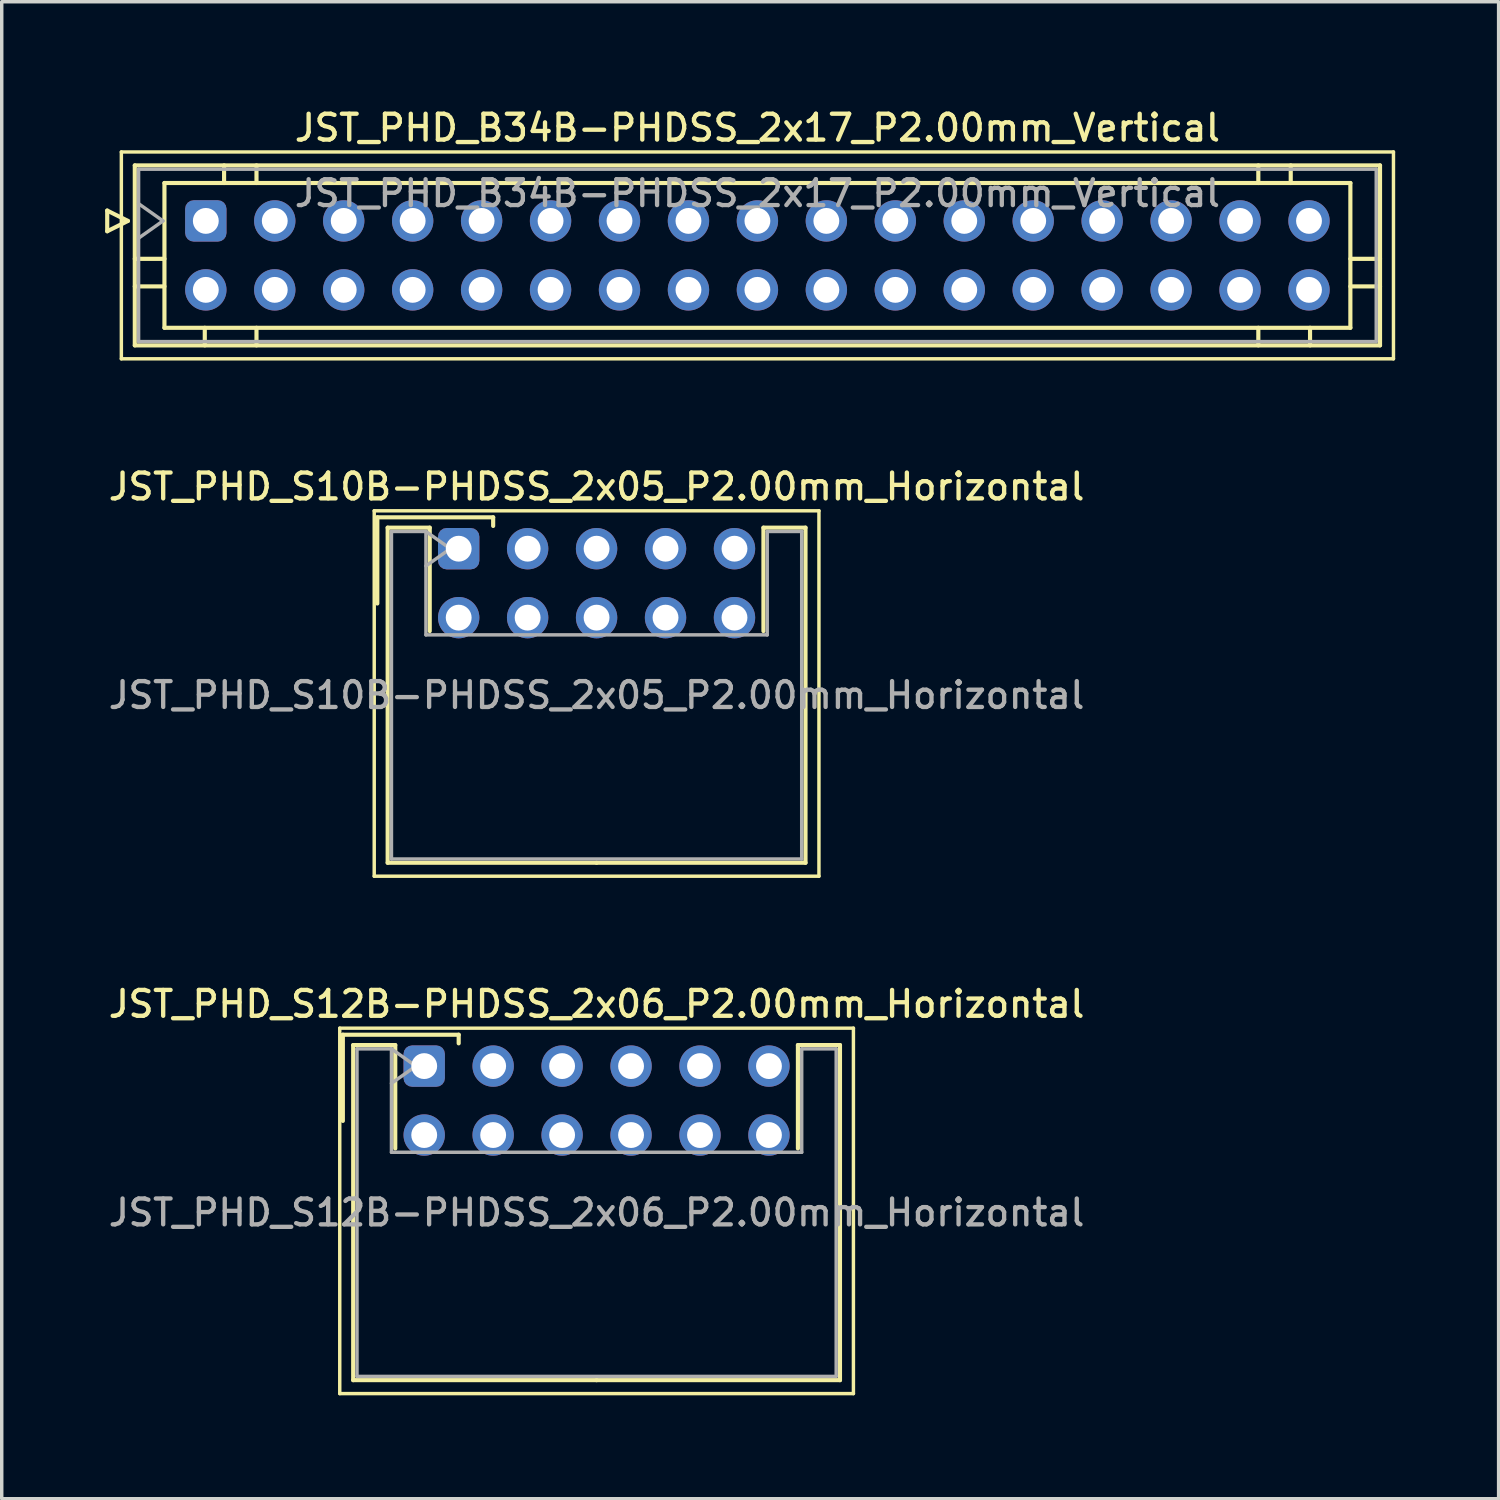
<source format=kicad_pcb>
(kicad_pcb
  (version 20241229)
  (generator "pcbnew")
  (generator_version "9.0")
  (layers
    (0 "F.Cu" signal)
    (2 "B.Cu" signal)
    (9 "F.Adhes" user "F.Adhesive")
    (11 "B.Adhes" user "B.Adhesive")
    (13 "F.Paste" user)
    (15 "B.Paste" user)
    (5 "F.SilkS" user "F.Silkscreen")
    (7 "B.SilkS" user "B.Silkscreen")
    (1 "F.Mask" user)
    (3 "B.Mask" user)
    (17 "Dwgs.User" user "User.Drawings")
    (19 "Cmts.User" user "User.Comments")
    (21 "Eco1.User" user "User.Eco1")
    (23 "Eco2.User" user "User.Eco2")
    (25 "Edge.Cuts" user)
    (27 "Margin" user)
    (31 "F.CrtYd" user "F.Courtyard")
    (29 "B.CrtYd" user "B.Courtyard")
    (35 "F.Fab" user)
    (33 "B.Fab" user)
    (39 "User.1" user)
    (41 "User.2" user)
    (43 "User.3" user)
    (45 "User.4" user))
  (footprint "JST_PHD_S10B-PHDSS_2x05_P2.00mm_Horizontal"
    (layer "F.Cu")
    (at 10.255 12.866)
    (property "Reference" "JST_PHD_S10B-PHDSS_2x05_P2.00mm_Horizontal" (at 4 -1.8 0) (layer "F.SilkS") (effects (font (size 0.75 0.75) (thickness 0.125))))
    (attr through_hole)
    (fp_line (start -2.45 -1.1) (end -2.45 9.5) (stroke (width 0.1) (type solid)) (layer "F.SilkS"))
    (fp_line (start -2.45 9.5) (end 10.45 9.5) (stroke (width 0.1) (type solid)) (layer "F.SilkS"))
    (fp_line (start -2.36 -0.91) (end -2.36 1.59) (stroke (width 0.12) (type solid)) (layer "F.SilkS"))
    (fp_line (start -2.06 -0.61) (end -2.06 9.11) (stroke (width 0.12) (type solid)) (layer "F.SilkS"))
    (fp_line (start -2.06 9.11) (end 4 9.11) (stroke (width 0.12) (type solid)) (layer "F.SilkS"))
    (fp_line (start -0.84 -0.61) (end -2.06 -0.61) (stroke (width 0.12) (type solid)) (layer "F.SilkS"))
    (fp_line (start -0.84 2.39) (end -0.84 -0.61) (stroke (width 0.12) (type solid)) (layer "F.SilkS"))
    (fp_line (start 1 -0.91) (end -2.36 -0.91) (stroke (width 0.12) (type solid)) (layer "F.SilkS"))
    (fp_line (start 1 -0.66) (end 1 -0.91) (stroke (width 0.12) (type solid)) (layer "F.SilkS"))
    (fp_line (start 8.84 -0.61) (end 10.06 -0.61) (stroke (width 0.12) (type solid)) (layer "F.SilkS"))
    (fp_line (start 8.84 2.39) (end 8.84 -0.61) (stroke (width 0.12) (type solid)) (layer "F.SilkS"))
    (fp_line (start 10.06 -0.61) (end 10.06 9.11) (stroke (width 0.12) (type solid)) (layer "F.SilkS"))
    (fp_line (start 10.06 9.11) (end 4 9.11) (stroke (width 0.12) (type solid)) (layer "F.SilkS"))
    (fp_line (start 10.45 -1.1) (end -2.45 -1.1) (stroke (width 0.1) (type solid)) (layer "F.SilkS"))
    (fp_line (start 10.45 9.5) (end 10.45 -1.1) (stroke (width 0.1) (type solid)) (layer "F.SilkS"))
    (fp_line (start -1.95 -0.5) (end -0.95 -0.5) (stroke (width 0.1) (type solid)) (layer "F.Fab"))
    (fp_line (start -1.95 9) (end -1.95 -0.5) (stroke (width 0.1) (type solid)) (layer "F.Fab"))
    (fp_line (start -0.95 -0.5) (end -0.95 2.5) (stroke (width 0.1) (type solid)) (layer "F.Fab"))
    (fp_line (start -0.95 -0.5) (end -0.243 0) (stroke (width 0.1) (type solid)) (layer "F.Fab"))
    (fp_line (start -0.95 2.5) (end 8.95 2.5) (stroke (width 0.1) (type solid)) (layer "F.Fab"))
    (fp_line (start -0.243 0) (end -0.95 0.5) (stroke (width 0.1) (type solid)) (layer "F.Fab"))
    (fp_line (start 8.95 -0.5) (end 9.95 -0.5) (stroke (width 0.1) (type solid)) (layer "F.Fab"))
    (fp_line (start 8.95 2.5) (end 8.95 -0.5) (stroke (width 0.1) (type solid)) (layer "F.Fab"))
    (fp_line (start 9.95 -0.5) (end 9.95 9) (stroke (width 0.1) (type solid)) (layer "F.Fab"))
    (fp_line (start 9.95 9) (end -1.95 9) (stroke (width 0.1) (type solid)) (layer "F.Fab"))
    (fp_text user "${REFERENCE}" (at 4 4.25 0) (layer "F.Fab") (effects (font (size 0.75 0.75) (thickness 0.125))))
    (pad "1" thru_hole roundrect (at 0 0) (size 1.2 1.2) (drill 0.75) (layers "*.Cu" "*.Mask") (roundrect_rratio 0.208))
    (pad "2" thru_hole circle (at 0 2) (size 1.2 1.2) (drill 0.75) (layers "*.Cu" "*.Mask"))
    (pad "3" thru_hole circle (at 2 0) (size 1.2 1.2) (drill 0.75) (layers "*.Cu" "*.Mask"))
    (pad "4" thru_hole circle (at 2 2) (size 1.2 1.2) (drill 0.75) (layers "*.Cu" "*.Mask"))
    (pad "5" thru_hole circle (at 4 0) (size 1.2 1.2) (drill 0.75) (layers "*.Cu" "*.Mask"))
    (pad "6" thru_hole circle (at 4 2) (size 1.2 1.2) (drill 0.75) (layers "*.Cu" "*.Mask"))
    (pad "7" thru_hole circle (at 6 0) (size 1.2 1.2) (drill 0.75) (layers "*.Cu" "*.Mask"))
    (pad "8" thru_hole circle (at 6 2) (size 1.2 1.2) (drill 0.75) (layers "*.Cu" "*.Mask"))
    (pad "9" thru_hole circle (at 8 0) (size 1.2 1.2) (drill 0.75) (layers "*.Cu" "*.Mask"))
    (pad "10" thru_hole circle (at 8 2) (size 1.2 1.2) (drill 0.75) (layers "*.Cu" "*.Mask")))
  (footprint "JST_PHD_S12B-PHDSS_2x06_P2.00mm_Horizontal"
    (layer "F.Cu")
    (at 9.255 27.874)
    (property "Reference" "JST_PHD_S12B-PHDSS_2x06_P2.00mm_Horizontal" (at 5 -1.8 0) (layer "F.SilkS") (effects (font (size 0.75 0.75) (thickness 0.125))))
    (attr through_hole)
    (fp_line (start -2.45 -1.1) (end -2.45 9.5) (stroke (width 0.1) (type solid)) (layer "F.SilkS"))
    (fp_line (start -2.45 9.5) (end 12.45 9.5) (stroke (width 0.1) (type solid)) (layer "F.SilkS"))
    (fp_line (start -2.36 -0.91) (end -2.36 1.59) (stroke (width 0.12) (type solid)) (layer "F.SilkS"))
    (fp_line (start -2.06 -0.61) (end -2.06 9.11) (stroke (width 0.12) (type solid)) (layer "F.SilkS"))
    (fp_line (start -2.06 9.11) (end 5 9.11) (stroke (width 0.12) (type solid)) (layer "F.SilkS"))
    (fp_line (start -0.84 -0.61) (end -2.06 -0.61) (stroke (width 0.12) (type solid)) (layer "F.SilkS"))
    (fp_line (start -0.84 2.39) (end -0.84 -0.61) (stroke (width 0.12) (type solid)) (layer "F.SilkS"))
    (fp_line (start 1 -0.91) (end -2.36 -0.91) (stroke (width 0.12) (type solid)) (layer "F.SilkS"))
    (fp_line (start 1 -0.66) (end 1 -0.91) (stroke (width 0.12) (type solid)) (layer "F.SilkS"))
    (fp_line (start 10.84 -0.61) (end 12.06 -0.61) (stroke (width 0.12) (type solid)) (layer "F.SilkS"))
    (fp_line (start 10.84 2.39) (end 10.84 -0.61) (stroke (width 0.12) (type solid)) (layer "F.SilkS"))
    (fp_line (start 12.06 -0.61) (end 12.06 9.11) (stroke (width 0.12) (type solid)) (layer "F.SilkS"))
    (fp_line (start 12.06 9.11) (end 5 9.11) (stroke (width 0.12) (type solid)) (layer "F.SilkS"))
    (fp_line (start 12.45 -1.1) (end -2.45 -1.1) (stroke (width 0.1) (type solid)) (layer "F.SilkS"))
    (fp_line (start 12.45 9.5) (end 12.45 -1.1) (stroke (width 0.1) (type solid)) (layer "F.SilkS"))
    (fp_line (start -1.95 -0.5) (end -0.95 -0.5) (stroke (width 0.1) (type solid)) (layer "F.Fab"))
    (fp_line (start -1.95 9) (end -1.95 -0.5) (stroke (width 0.1) (type solid)) (layer "F.Fab"))
    (fp_line (start -0.95 -0.5) (end -0.95 2.5) (stroke (width 0.1) (type solid)) (layer "F.Fab"))
    (fp_line (start -0.95 -0.5) (end -0.243 0) (stroke (width 0.1) (type solid)) (layer "F.Fab"))
    (fp_line (start -0.95 2.5) (end 10.95 2.5) (stroke (width 0.1) (type solid)) (layer "F.Fab"))
    (fp_line (start -0.243 0) (end -0.95 0.5) (stroke (width 0.1) (type solid)) (layer "F.Fab"))
    (fp_line (start 10.95 -0.5) (end 11.95 -0.5) (stroke (width 0.1) (type solid)) (layer "F.Fab"))
    (fp_line (start 10.95 2.5) (end 10.95 -0.5) (stroke (width 0.1) (type solid)) (layer "F.Fab"))
    (fp_line (start 11.95 -0.5) (end 11.95 9) (stroke (width 0.1) (type solid)) (layer "F.Fab"))
    (fp_line (start 11.95 9) (end -1.95 9) (stroke (width 0.1) (type solid)) (layer "F.Fab"))
    (fp_text user "${REFERENCE}" (at 5 4.25 0) (layer "F.Fab") (effects (font (size 0.75 0.75) (thickness 0.125))))
    (pad "1" thru_hole roundrect (at 0 0) (size 1.2 1.2) (drill 0.75) (layers "*.Cu" "*.Mask") (roundrect_rratio 0.208))
    (pad "2" thru_hole circle (at 0 2) (size 1.2 1.2) (drill 0.75) (layers "*.Cu" "*.Mask"))
    (pad "3" thru_hole circle (at 2 0) (size 1.2 1.2) (drill 0.75) (layers "*.Cu" "*.Mask"))
    (pad "4" thru_hole circle (at 2 2) (size 1.2 1.2) (drill 0.75) (layers "*.Cu" "*.Mask"))
    (pad "5" thru_hole circle (at 4 0) (size 1.2 1.2) (drill 0.75) (layers "*.Cu" "*.Mask"))
    (pad "6" thru_hole circle (at 4 2) (size 1.2 1.2) (drill 0.75) (layers "*.Cu" "*.Mask"))
    (pad "7" thru_hole circle (at 6 0) (size 1.2 1.2) (drill 0.75) (layers "*.Cu" "*.Mask"))
    (pad "8" thru_hole circle (at 6 2) (size 1.2 1.2) (drill 0.75) (layers "*.Cu" "*.Mask"))
    (pad "9" thru_hole circle (at 8 0) (size 1.2 1.2) (drill 0.75) (layers "*.Cu" "*.Mask"))
    (pad "10" thru_hole circle (at 8 2) (size 1.2 1.2) (drill 0.75) (layers "*.Cu" "*.Mask"))
    (pad "11" thru_hole circle (at 10 0) (size 1.2 1.2) (drill 0.75) (layers "*.Cu" "*.Mask"))
    (pad "12" thru_hole circle (at 10 2) (size 1.2 1.2) (drill 0.75) (layers "*.Cu" "*.Mask")))
  (footprint "JST_PHD_B34B-PHDSS_2x17_P2.00mm_Vertical"
    (layer "F.Cu")
    (at 2.92 3.358)
    (property "Reference" "JST_PHD_B34B-PHDSS_2x17_P2.00mm_Vertical" (at 16 -2.7 0) (layer "F.SilkS") (effects (font (size 0.75 0.75) (thickness 0.125))))
    (attr through_hole)
    (fp_line (start -2.86 -0.3) (end -2.26 0) (stroke (width 0.12) (type solid)) (layer "F.SilkS"))
    (fp_line (start -2.86 0.3) (end -2.86 -0.3) (stroke (width 0.12) (type solid)) (layer "F.SilkS"))
    (fp_line (start -2.45 -2) (end -2.45 4) (stroke (width 0.1) (type solid)) (layer "F.SilkS"))
    (fp_line (start -2.45 4) (end 34.45 4) (stroke (width 0.1) (type solid)) (layer "F.SilkS"))
    (fp_line (start -2.26 0) (end -2.86 0.3) (stroke (width 0.12) (type solid)) (layer "F.SilkS"))
    (fp_line (start -2.06 -1.61) (end -2.06 3.61) (stroke (width 0.12) (type solid)) (layer "F.SilkS"))
    (fp_line (start -2.06 1.1) (end -1.2 1.1) (stroke (width 0.12) (type solid)) (layer "F.SilkS"))
    (fp_line (start -2.06 1.9) (end -1.2 1.9) (stroke (width 0.12) (type solid)) (layer "F.SilkS"))
    (fp_line (start -2.06 3.61) (end 34.06 3.61) (stroke (width 0.12) (type solid)) (layer "F.SilkS"))
    (fp_line (start -1.2 -1.1) (end -1.2 3.1) (stroke (width 0.12) (type solid)) (layer "F.SilkS"))
    (fp_line (start -1.2 3.1) (end 33.2 3.1) (stroke (width 0.12) (type solid)) (layer "F.SilkS"))
    (fp_line (start -0.03 3.61) (end -0.03 3.1) (stroke (width 0.12) (type solid)) (layer "F.SilkS"))
    (fp_line (start 0.53 -1.61) (end 0.53 -1.1) (stroke (width 0.12) (type solid)) (layer "F.SilkS"))
    (fp_line (start 1.47 -1.61) (end 1.47 -1.1) (stroke (width 0.12) (type solid)) (layer "F.SilkS"))
    (fp_line (start 1.47 3.61) (end 1.47 3.1) (stroke (width 0.12) (type solid)) (layer "F.SilkS"))
    (fp_line (start 30.53 -1.61) (end 30.53 -1.1) (stroke (width 0.12) (type solid)) (layer "F.SilkS"))
    (fp_line (start 30.53 3.61) (end 30.53 3.1) (stroke (width 0.12) (type solid)) (layer "F.SilkS"))
    (fp_line (start 31.47 -1.61) (end 31.47 -1.1) (stroke (width 0.12) (type solid)) (layer "F.SilkS"))
    (fp_line (start 32.03 3.61) (end 32.03 3.1) (stroke (width 0.12) (type solid)) (layer "F.SilkS"))
    (fp_line (start 33.2 -1.1) (end -1.2 -1.1) (stroke (width 0.12) (type solid)) (layer "F.SilkS"))
    (fp_line (start 33.2 3.1) (end 33.2 -1.1) (stroke (width 0.12) (type solid)) (layer "F.SilkS"))
    (fp_line (start 34.06 -1.61) (end -2.06 -1.61) (stroke (width 0.12) (type solid)) (layer "F.SilkS"))
    (fp_line (start 34.06 1.1) (end 33.2 1.1) (stroke (width 0.12) (type solid)) (layer "F.SilkS"))
    (fp_line (start 34.06 1.9) (end 33.2 1.9) (stroke (width 0.12) (type solid)) (layer "F.SilkS"))
    (fp_line (start 34.06 3.61) (end 34.06 -1.61) (stroke (width 0.12) (type solid)) (layer "F.SilkS"))
    (fp_line (start 34.45 -2) (end -2.45 -2) (stroke (width 0.1) (type solid)) (layer "F.SilkS"))
    (fp_line (start 34.45 4) (end 34.45 -2) (stroke (width 0.1) (type solid)) (layer "F.SilkS"))
    (fp_line (start -1.95 -1.5) (end -1.95 3.5) (stroke (width 0.1) (type solid)) (layer "F.Fab"))
    (fp_line (start -1.95 0.5) (end -1.243 0) (stroke (width 0.1) (type solid)) (layer "F.Fab"))
    (fp_line (start -1.95 3.5) (end 33.95 3.5) (stroke (width 0.1) (type solid)) (layer "F.Fab"))
    (fp_line (start -1.243 0) (end -1.95 -0.5) (stroke (width 0.1) (type solid)) (layer "F.Fab"))
    (fp_line (start 33.95 -1.5) (end -1.95 -1.5) (stroke (width 0.1) (type solid)) (layer "F.Fab"))
    (fp_line (start 33.95 3.5) (end 33.95 -1.5) (stroke (width 0.1) (type solid)) (layer "F.Fab"))
    (fp_text user "${REFERENCE}" (at 16 -0.8 0) (layer "F.Fab") (effects (font (size 0.75 0.75) (thickness 0.125))))
    (pad "1" thru_hole roundrect (at 0 0) (size 1.2 1.2) (drill 0.75) (layers "*.Cu" "*.Mask") (roundrect_rratio 0.208))
    (pad "2" thru_hole circle (at 0 2) (size 1.2 1.2) (drill 0.75) (layers "*.Cu" "*.Mask"))
    (pad "3" thru_hole circle (at 2 0) (size 1.2 1.2) (drill 0.75) (layers "*.Cu" "*.Mask"))
    (pad "4" thru_hole circle (at 2 2) (size 1.2 1.2) (drill 0.75) (layers "*.Cu" "*.Mask"))
    (pad "5" thru_hole circle (at 4 0) (size 1.2 1.2) (drill 0.75) (layers "*.Cu" "*.Mask"))
    (pad "6" thru_hole circle (at 4 2) (size 1.2 1.2) (drill 0.75) (layers "*.Cu" "*.Mask"))
    (pad "7" thru_hole circle (at 6 0) (size 1.2 1.2) (drill 0.75) (layers "*.Cu" "*.Mask"))
    (pad "8" thru_hole circle (at 6 2) (size 1.2 1.2) (drill 0.75) (layers "*.Cu" "*.Mask"))
    (pad "9" thru_hole circle (at 8 0) (size 1.2 1.2) (drill 0.75) (layers "*.Cu" "*.Mask"))
    (pad "10" thru_hole circle (at 8 2) (size 1.2 1.2) (drill 0.75) (layers "*.Cu" "*.Mask"))
    (pad "11" thru_hole circle (at 10 0) (size 1.2 1.2) (drill 0.75) (layers "*.Cu" "*.Mask"))
    (pad "12" thru_hole circle (at 10 2) (size 1.2 1.2) (drill 0.75) (layers "*.Cu" "*.Mask"))
    (pad "13" thru_hole circle (at 12 0) (size 1.2 1.2) (drill 0.75) (layers "*.Cu" "*.Mask"))
    (pad "14" thru_hole circle (at 12 2) (size 1.2 1.2) (drill 0.75) (layers "*.Cu" "*.Mask"))
    (pad "15" thru_hole circle (at 14 0) (size 1.2 1.2) (drill 0.75) (layers "*.Cu" "*.Mask"))
    (pad "16" thru_hole circle (at 14 2) (size 1.2 1.2) (drill 0.75) (layers "*.Cu" "*.Mask"))
    (pad "17" thru_hole circle (at 16 0) (size 1.2 1.2) (drill 0.75) (layers "*.Cu" "*.Mask"))
    (pad "18" thru_hole circle (at 16 2) (size 1.2 1.2) (drill 0.75) (layers "*.Cu" "*.Mask"))
    (pad "19" thru_hole circle (at 18 0) (size 1.2 1.2) (drill 0.75) (layers "*.Cu" "*.Mask"))
    (pad "20" thru_hole circle (at 18 2) (size 1.2 1.2) (drill 0.75) (layers "*.Cu" "*.Mask"))
    (pad "21" thru_hole circle (at 20 0) (size 1.2 1.2) (drill 0.75) (layers "*.Cu" "*.Mask"))
    (pad "22" thru_hole circle (at 20 2) (size 1.2 1.2) (drill 0.75) (layers "*.Cu" "*.Mask"))
    (pad "23" thru_hole circle (at 22 0) (size 1.2 1.2) (drill 0.75) (layers "*.Cu" "*.Mask"))
    (pad "24" thru_hole circle (at 22 2) (size 1.2 1.2) (drill 0.75) (layers "*.Cu" "*.Mask"))
    (pad "25" thru_hole circle (at 24 0) (size 1.2 1.2) (drill 0.75) (layers "*.Cu" "*.Mask"))
    (pad "26" thru_hole circle (at 24 2) (size 1.2 1.2) (drill 0.75) (layers "*.Cu" "*.Mask"))
    (pad "27" thru_hole circle (at 26 0) (size 1.2 1.2) (drill 0.75) (layers "*.Cu" "*.Mask"))
    (pad "28" thru_hole circle (at 26 2) (size 1.2 1.2) (drill 0.75) (layers "*.Cu" "*.Mask"))
    (pad "29" thru_hole circle (at 28 0) (size 1.2 1.2) (drill 0.75) (layers "*.Cu" "*.Mask"))
    (pad "30" thru_hole circle (at 28 2) (size 1.2 1.2) (drill 0.75) (layers "*.Cu" "*.Mask"))
    (pad "31" thru_hole circle (at 30 0) (size 1.2 1.2) (drill 0.75) (layers "*.Cu" "*.Mask"))
    (pad "32" thru_hole circle (at 30 2) (size 1.2 1.2) (drill 0.75) (layers "*.Cu" "*.Mask"))
    (pad "33" thru_hole circle (at 32 0) (size 1.2 1.2) (drill 0.75) (layers "*.Cu" "*.Mask"))
    (pad "34" thru_hole circle (at 32 2) (size 1.2 1.2) (drill 0.75) (layers "*.Cu" "*.Mask")))
  (gr_rect
    (start -3 -3)
    (end 40.42 40.424)
    (stroke (width 0.1) (type default))
    (fill no)
    (layer "Edge.Cuts")))
</source>
